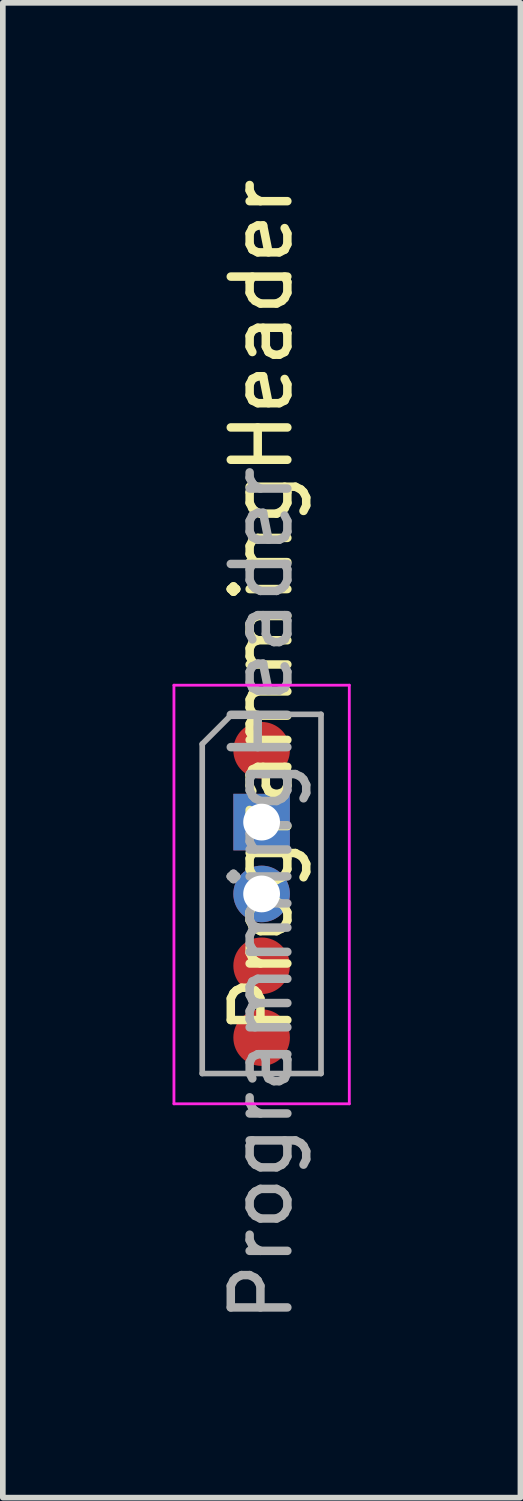
<source format=kicad_pcb>
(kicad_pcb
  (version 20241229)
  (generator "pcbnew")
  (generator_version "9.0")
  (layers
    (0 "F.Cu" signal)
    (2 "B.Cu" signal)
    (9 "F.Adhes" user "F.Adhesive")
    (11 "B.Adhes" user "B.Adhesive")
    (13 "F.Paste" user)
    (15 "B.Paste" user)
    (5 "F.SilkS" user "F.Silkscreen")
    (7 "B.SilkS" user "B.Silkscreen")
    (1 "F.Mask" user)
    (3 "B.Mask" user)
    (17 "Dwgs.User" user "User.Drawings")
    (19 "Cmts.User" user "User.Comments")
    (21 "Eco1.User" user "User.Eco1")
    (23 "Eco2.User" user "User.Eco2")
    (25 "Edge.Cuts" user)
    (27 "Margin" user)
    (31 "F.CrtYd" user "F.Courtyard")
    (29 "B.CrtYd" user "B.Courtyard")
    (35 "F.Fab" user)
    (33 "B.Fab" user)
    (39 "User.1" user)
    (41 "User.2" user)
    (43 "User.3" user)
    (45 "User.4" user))
  (footprint "ProgrammingHeader"
    (layer "F.Cu")
    (at 1.575 10.213)
    (property "Reference" "ProgrammingHeader" (at 0 -2.54 90) (layer "F.SilkS") (effects (font (size 1 1) (thickness 0.15))))
    (attr exclude_from_pos_files exclude_from_bom)
    (fp_line (start -1.55 -1.15) (end -1.55 6.25) (stroke (width 0.05) (type solid)) (layer "F.CrtYd"))
    (fp_line (start -1.55 6.25) (end 1.55 6.25) (stroke (width 0.05) (type solid)) (layer "F.CrtYd"))
    (fp_line (start 1.55 -1.15) (end -1.55 -1.15) (stroke (width 0.05) (type solid)) (layer "F.CrtYd"))
    (fp_line (start 1.55 6.25) (end 1.55 -1.15) (stroke (width 0.05) (type solid)) (layer "F.CrtYd"))
    (fp_line (start -1.05 -0.11) (end -0.525 -0.635) (stroke (width 0.1) (type solid)) (layer "F.Fab"))
    (fp_line (start -1.05 5.715) (end -1.05 -0.11) (stroke (width 0.1) (type solid)) (layer "F.Fab"))
    (fp_line (start -0.525 -0.635) (end 1.05 -0.635) (stroke (width 0.1) (type solid)) (layer "F.Fab"))
    (fp_line (start 1.05 -0.635) (end 1.05 5.715) (stroke (width 0.1) (type solid)) (layer "F.Fab"))
    (fp_line (start 1.05 5.715) (end -1.05 5.715) (stroke (width 0.1) (type solid)) (layer "F.Fab"))
    (fp_text user "${REFERENCE}" (at 0 2.54 90) (layer "F.Fab") (effects (font (size 1 1) (thickness 0.15))))
    (pad "1" smd circle (at 0 0) (size 1 1) (layers "F.Cu" "F.Mask" "F.Paste"))
    (pad "2" thru_hole rect (at 0 1.27) (size 1 1) (drill 0.65) (layers "*.Cu" "*.Mask"))
    (pad "3" thru_hole oval (at 0 2.54) (size 1 1) (drill 0.65) (layers "*.Cu" "*.Mask"))
    (pad "4" smd oval (at 0 3.81) (size 1 1) (layers "F.Cu" "F.Mask" "F.Paste"))
    (pad "5" smd oval (at 0 5.08) (size 1 1) (layers "F.Cu" "F.Mask" "F.Paste")))
  (gr_rect
    (start -3 -3)
    (end 6.15 23.425)
    (stroke (width 0.1) (type default))
    (fill no)
    (layer "Edge.Cuts")))
</source>
